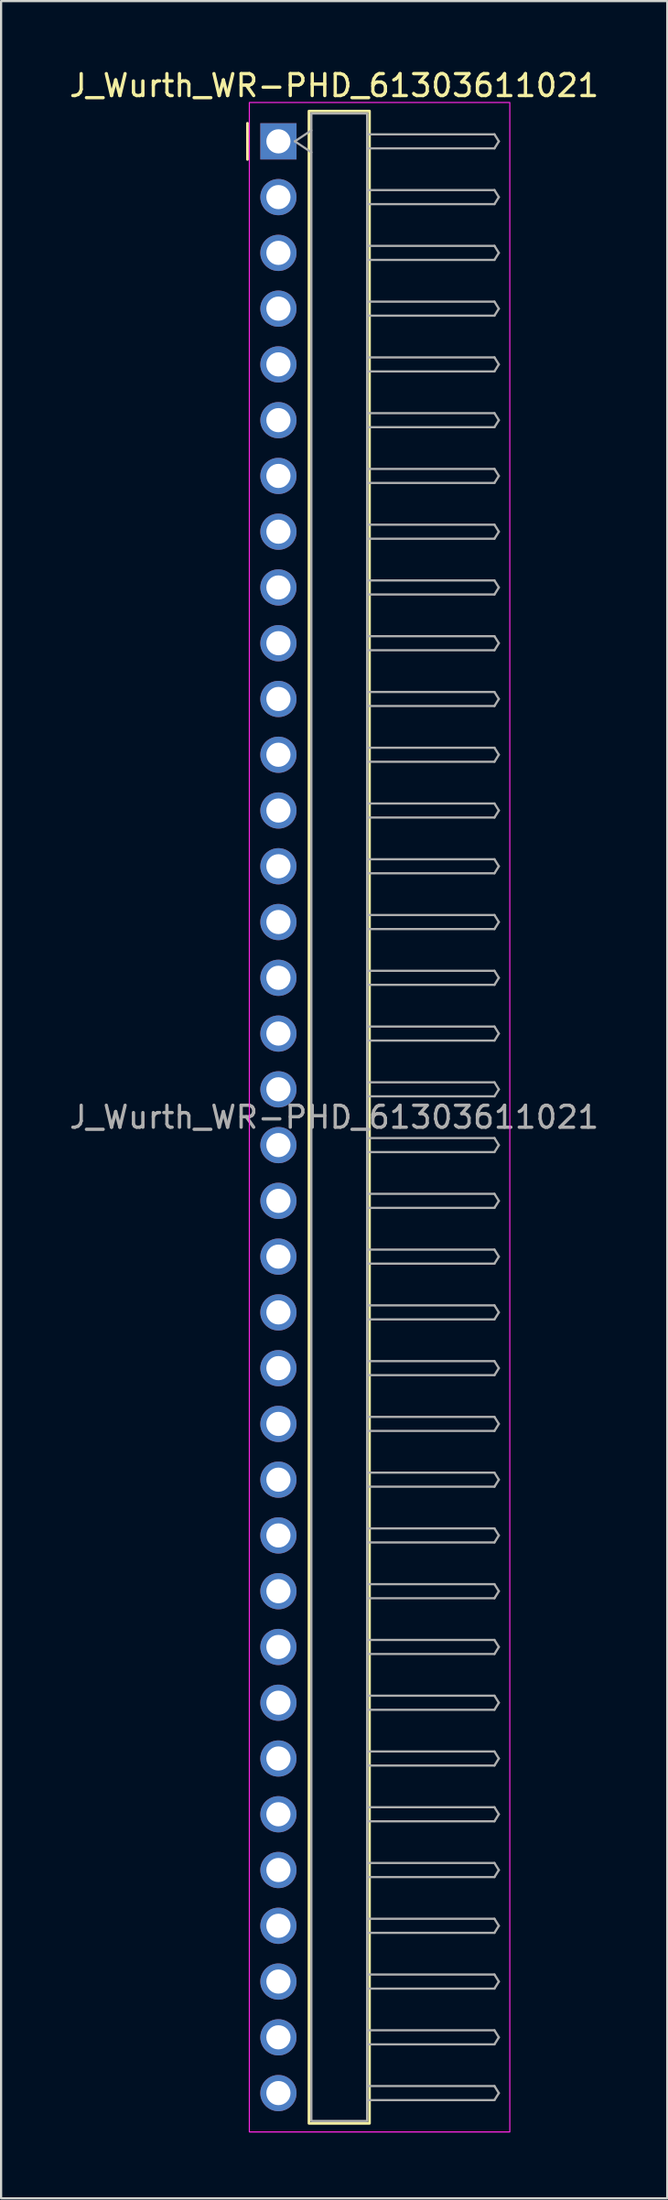
<source format=kicad_pcb>
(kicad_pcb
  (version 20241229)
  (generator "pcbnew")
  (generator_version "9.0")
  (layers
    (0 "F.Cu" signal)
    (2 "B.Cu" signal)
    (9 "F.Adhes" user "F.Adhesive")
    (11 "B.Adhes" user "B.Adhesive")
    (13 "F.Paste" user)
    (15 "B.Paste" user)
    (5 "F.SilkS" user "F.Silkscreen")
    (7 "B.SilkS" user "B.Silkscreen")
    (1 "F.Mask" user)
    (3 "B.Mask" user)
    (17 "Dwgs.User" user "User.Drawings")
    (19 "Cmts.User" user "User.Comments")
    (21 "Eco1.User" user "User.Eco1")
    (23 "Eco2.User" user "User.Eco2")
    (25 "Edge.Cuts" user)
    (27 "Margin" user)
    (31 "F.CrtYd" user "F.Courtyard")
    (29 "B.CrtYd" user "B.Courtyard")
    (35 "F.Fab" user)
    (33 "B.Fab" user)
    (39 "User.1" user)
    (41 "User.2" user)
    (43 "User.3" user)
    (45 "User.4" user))
  (footprint "J_Wurth_WR-PHD_61303611021"
    (layer "F.Cu")
    (at 9.633 3.388)
    (property "Reference" "J_Wurth_WR-PHD_61303611021" (at 2.54 -2.54 0) (unlocked yes) (layer "F.SilkS") (effects (font (size 1 1) (thickness 0.15))))
    (attr through_hole)
    (fp_line (start -1.41 -0.825) (end -1.41 0.825) (stroke (width 0.12) (type solid)) (layer "F.SilkS"))
    (fp_rect (start 1.39 -1.38) (end 4.15 90.28) (stroke (width 0.12) (type solid)) (fill no) (layer "F.SilkS"))
    (fp_rect (start -1.325 -1.77) (end 10.54 90.67) (stroke (width 0.05) (type solid)) (fill no) (layer "F.CrtYd"))
    (fp_line (start 0.75 0) (end 1.5 0.5) (stroke (width 0.1) (type solid)) (layer "F.Fab"))
    (fp_line (start 0.75 0) (end 1.5 -0.5) (stroke (width 0.1) (type solid)) (layer "F.Fab"))
    (fp_line (start 4.04 0.32) (end 9.84 0.32) (stroke (width 0.1) (type solid)) (layer "F.Fab"))
    (fp_line (start 4.04 2.86) (end 9.84 2.86) (stroke (width 0.1) (type solid)) (layer "F.Fab"))
    (fp_line (start 4.04 5.4) (end 9.84 5.4) (stroke (width 0.1) (type solid)) (layer "F.Fab"))
    (fp_line (start 4.04 7.94) (end 9.84 7.94) (stroke (width 0.1) (type solid)) (layer "F.Fab"))
    (fp_line (start 4.04 10.48) (end 9.84 10.48) (stroke (width 0.1) (type solid)) (layer "F.Fab"))
    (fp_line (start 4.04 13.02) (end 9.84 13.02) (stroke (width 0.1) (type solid)) (layer "F.Fab"))
    (fp_line (start 4.04 15.56) (end 9.84 15.56) (stroke (width 0.1) (type solid)) (layer "F.Fab"))
    (fp_line (start 4.04 18.1) (end 9.84 18.1) (stroke (width 0.1) (type solid)) (layer "F.Fab"))
    (fp_line (start 4.04 20.64) (end 9.84 20.64) (stroke (width 0.1) (type solid)) (layer "F.Fab"))
    (fp_line (start 4.04 23.18) (end 9.84 23.18) (stroke (width 0.1) (type solid)) (layer "F.Fab"))
    (fp_line (start 4.04 25.72) (end 9.84 25.72) (stroke (width 0.1) (type solid)) (layer "F.Fab"))
    (fp_line (start 4.04 28.26) (end 9.84 28.26) (stroke (width 0.1) (type solid)) (layer "F.Fab"))
    (fp_line (start 4.04 30.8) (end 9.84 30.8) (stroke (width 0.1) (type solid)) (layer "F.Fab"))
    (fp_line (start 4.04 33.34) (end 9.84 33.34) (stroke (width 0.1) (type solid)) (layer "F.Fab"))
    (fp_line (start 4.04 35.88) (end 9.84 35.88) (stroke (width 0.1) (type solid)) (layer "F.Fab"))
    (fp_line (start 4.04 38.42) (end 9.84 38.42) (stroke (width 0.1) (type solid)) (layer "F.Fab"))
    (fp_line (start 4.04 40.96) (end 9.84 40.96) (stroke (width 0.1) (type solid)) (layer "F.Fab"))
    (fp_line (start 4.04 43.5) (end 9.84 43.5) (stroke (width 0.1) (type solid)) (layer "F.Fab"))
    (fp_line (start 4.04 46.04) (end 9.84 46.04) (stroke (width 0.1) (type solid)) (layer "F.Fab"))
    (fp_line (start 4.04 48.58) (end 9.84 48.58) (stroke (width 0.1) (type solid)) (layer "F.Fab"))
    (fp_line (start 4.04 51.12) (end 9.84 51.12) (stroke (width 0.1) (type solid)) (layer "F.Fab"))
    (fp_line (start 4.04 53.66) (end 9.84 53.66) (stroke (width 0.1) (type solid)) (layer "F.Fab"))
    (fp_line (start 4.04 56.2) (end 9.84 56.2) (stroke (width 0.1) (type solid)) (layer "F.Fab"))
    (fp_line (start 4.04 58.74) (end 9.84 58.74) (stroke (width 0.1) (type solid)) (layer "F.Fab"))
    (fp_line (start 4.04 61.28) (end 9.84 61.28) (stroke (width 0.1) (type solid)) (layer "F.Fab"))
    (fp_line (start 4.04 63.82) (end 9.84 63.82) (stroke (width 0.1) (type solid)) (layer "F.Fab"))
    (fp_line (start 4.04 66.36) (end 9.84 66.36) (stroke (width 0.1) (type solid)) (layer "F.Fab"))
    (fp_line (start 4.04 68.9) (end 9.84 68.9) (stroke (width 0.1) (type solid)) (layer "F.Fab"))
    (fp_line (start 4.04 71.44) (end 9.84 71.44) (stroke (width 0.1) (type solid)) (layer "F.Fab"))
    (fp_line (start 4.04 73.98) (end 9.84 73.98) (stroke (width 0.1) (type solid)) (layer "F.Fab"))
    (fp_line (start 4.04 76.52) (end 9.84 76.52) (stroke (width 0.1) (type solid)) (layer "F.Fab"))
    (fp_line (start 4.04 79.06) (end 9.84 79.06) (stroke (width 0.1) (type solid)) (layer "F.Fab"))
    (fp_line (start 4.04 81.6) (end 9.84 81.6) (stroke (width 0.1) (type solid)) (layer "F.Fab"))
    (fp_line (start 4.04 84.14) (end 9.84 84.14) (stroke (width 0.1) (type solid)) (layer "F.Fab"))
    (fp_line (start 4.04 86.68) (end 9.84 86.68) (stroke (width 0.1) (type solid)) (layer "F.Fab"))
    (fp_line (start 4.04 89.22) (end 9.84 89.22) (stroke (width 0.1) (type solid)) (layer "F.Fab"))
    (fp_line (start 9.84 -0.32) (end 4.04 -0.32) (stroke (width 0.1) (type solid)) (layer "F.Fab"))
    (fp_line (start 9.84 0.32) (end 10.04 0) (stroke (width 0.1) (type default)) (layer "F.Fab"))
    (fp_line (start 9.84 2.22) (end 4.04 2.22) (stroke (width 0.1) (type solid)) (layer "F.Fab"))
    (fp_line (start 9.84 2.86) (end 10.04 2.54) (stroke (width 0.1) (type default)) (layer "F.Fab"))
    (fp_line (start 9.84 4.76) (end 4.04 4.76) (stroke (width 0.1) (type solid)) (layer "F.Fab"))
    (fp_line (start 9.84 5.4) (end 10.04 5.08) (stroke (width 0.1) (type default)) (layer "F.Fab"))
    (fp_line (start 9.84 7.3) (end 4.04 7.3) (stroke (width 0.1) (type solid)) (layer "F.Fab"))
    (fp_line (start 9.84 7.94) (end 10.04 7.62) (stroke (width 0.1) (type default)) (layer "F.Fab"))
    (fp_line (start 9.84 9.84) (end 4.04 9.84) (stroke (width 0.1) (type solid)) (layer "F.Fab"))
    (fp_line (start 9.84 10.48) (end 10.04 10.16) (stroke (width 0.1) (type solid)) (layer "F.Fab"))
    (fp_line (start 9.84 12.38) (end 4.04 12.38) (stroke (width 0.1) (type solid)) (layer "F.Fab"))
    (fp_line (start 9.84 13.02) (end 10.04 12.7) (stroke (width 0.1) (type solid)) (layer "F.Fab"))
    (fp_line (start 9.84 14.92) (end 4.04 14.92) (stroke (width 0.1) (type solid)) (layer "F.Fab"))
    (fp_line (start 9.84 15.56) (end 10.04 15.24) (stroke (width 0.1) (type solid)) (layer "F.Fab"))
    (fp_line (start 9.84 17.46) (end 4.04 17.46) (stroke (width 0.1) (type solid)) (layer "F.Fab"))
    (fp_line (start 9.84 20) (end 4.04 20) (stroke (width 0.1) (type solid)) (layer "F.Fab"))
    (fp_line (start 9.84 22.54) (end 4.04 22.54) (stroke (width 0.1) (type solid)) (layer "F.Fab"))
    (fp_line (start 9.84 25.08) (end 4.04 25.08) (stroke (width 0.1) (type solid)) (layer "F.Fab"))
    (fp_line (start 9.84 27.62) (end 4.04 27.62) (stroke (width 0.1) (type solid)) (layer "F.Fab"))
    (fp_line (start 9.84 30.16) (end 4.04 30.16) (stroke (width 0.1) (type solid)) (layer "F.Fab"))
    (fp_line (start 9.84 32.7) (end 4.04 32.7) (stroke (width 0.1) (type solid)) (layer "F.Fab"))
    (fp_line (start 9.84 35.24) (end 4.04 35.24) (stroke (width 0.1) (type solid)) (layer "F.Fab"))
    (fp_line (start 9.84 37.78) (end 4.04 37.78) (stroke (width 0.1) (type solid)) (layer "F.Fab"))
    (fp_line (start 9.84 40.32) (end 4.04 40.32) (stroke (width 0.1) (type solid)) (layer "F.Fab"))
    (fp_line (start 9.84 42.86) (end 4.04 42.86) (stroke (width 0.1) (type solid)) (layer "F.Fab"))
    (fp_line (start 9.84 45.4) (end 4.04 45.4) (stroke (width 0.1) (type solid)) (layer "F.Fab"))
    (fp_line (start 9.84 47.94) (end 4.04 47.94) (stroke (width 0.1) (type solid)) (layer "F.Fab"))
    (fp_line (start 9.84 48.58) (end 10.04 48.26) (stroke (width 0.1) (type solid)) (layer "F.Fab"))
    (fp_line (start 9.84 50.48) (end 4.04 50.48) (stroke (width 0.1) (type solid)) (layer "F.Fab"))
    (fp_line (start 9.84 51.12) (end 10.04 50.8) (stroke (width 0.1) (type solid)) (layer "F.Fab"))
    (fp_line (start 9.84 53.02) (end 4.04 53.02) (stroke (width 0.1) (type solid)) (layer "F.Fab"))
    (fp_line (start 9.84 53.66) (end 10.04 53.34) (stroke (width 0.1) (type solid)) (layer "F.Fab"))
    (fp_line (start 9.84 55.56) (end 4.04 55.56) (stroke (width 0.1) (type solid)) (layer "F.Fab"))
    (fp_line (start 9.84 56.2) (end 10.04 55.88) (stroke (width 0.1) (type solid)) (layer "F.Fab"))
    (fp_line (start 9.84 58.1) (end 4.04 58.1) (stroke (width 0.1) (type solid)) (layer "F.Fab"))
    (fp_line (start 9.84 58.74) (end 10.04 58.42) (stroke (width 0.1) (type solid)) (layer "F.Fab"))
    (fp_line (start 9.84 60.64) (end 4.04 60.64) (stroke (width 0.1) (type solid)) (layer "F.Fab"))
    (fp_line (start 9.84 61.28) (end 10.04 60.96) (stroke (width 0.1) (type solid)) (layer "F.Fab"))
    (fp_line (start 9.84 63.18) (end 4.04 63.18) (stroke (width 0.1) (type solid)) (layer "F.Fab"))
    (fp_line (start 9.84 63.82) (end 10.04 63.5) (stroke (width 0.1) (type solid)) (layer "F.Fab"))
    (fp_line (start 9.84 65.72) (end 4.04 65.72) (stroke (width 0.1) (type solid)) (layer "F.Fab"))
    (fp_line (start 9.84 66.36) (end 10.04 66.04) (stroke (width 0.1) (type solid)) (layer "F.Fab"))
    (fp_line (start 9.84 68.26) (end 4.04 68.26) (stroke (width 0.1) (type solid)) (layer "F.Fab"))
    (fp_line (start 9.84 68.9) (end 10.04 68.58) (stroke (width 0.1) (type solid)) (layer "F.Fab"))
    (fp_line (start 9.84 70.8) (end 4.04 70.8) (stroke (width 0.1) (type solid)) (layer "F.Fab"))
    (fp_line (start 9.84 71.44) (end 10.04 71.12) (stroke (width 0.1) (type solid)) (layer "F.Fab"))
    (fp_line (start 9.84 73.34) (end 4.04 73.34) (stroke (width 0.1) (type solid)) (layer "F.Fab"))
    (fp_line (start 9.84 73.98) (end 10.04 73.66) (stroke (width 0.1) (type solid)) (layer "F.Fab"))
    (fp_line (start 9.84 75.88) (end 4.04 75.88) (stroke (width 0.1) (type solid)) (layer "F.Fab"))
    (fp_line (start 9.84 76.52) (end 10.04 76.2) (stroke (width 0.1) (type solid)) (layer "F.Fab"))
    (fp_line (start 9.84 78.42) (end 4.04 78.42) (stroke (width 0.1) (type solid)) (layer "F.Fab"))
    (fp_line (start 9.84 79.06) (end 10.04 78.74) (stroke (width 0.1) (type solid)) (layer "F.Fab"))
    (fp_line (start 9.84 80.96) (end 4.04 80.96) (stroke (width 0.1) (type solid)) (layer "F.Fab"))
    (fp_line (start 9.84 81.6) (end 10.04 81.28) (stroke (width 0.1) (type solid)) (layer "F.Fab"))
    (fp_line (start 9.84 83.5) (end 4.04 83.5) (stroke (width 0.1) (type solid)) (layer "F.Fab"))
    (fp_line (start 9.84 84.14) (end 10.04 83.82) (stroke (width 0.1) (type solid)) (layer "F.Fab"))
    (fp_line (start 9.84 86.04) (end 4.04 86.04) (stroke (width 0.1) (type solid)) (layer "F.Fab"))
    (fp_line (start 9.84 86.68) (end 10.04 86.36) (stroke (width 0.1) (type solid)) (layer "F.Fab"))
    (fp_line (start 9.84 88.58) (end 4.04 88.58) (stroke (width 0.1) (type solid)) (layer "F.Fab"))
    (fp_line (start 9.84 89.22) (end 10.04 88.9) (stroke (width 0.1) (type solid)) (layer "F.Fab"))
    (fp_line (start 10.04 0) (end 9.84 -0.32) (stroke (width 0.1) (type solid)) (layer "F.Fab"))
    (fp_line (start 10.04 2.54) (end 9.84 2.22) (stroke (width 0.1) (type solid)) (layer "F.Fab"))
    (fp_line (start 10.04 5.08) (end 9.84 4.76) (stroke (width 0.1) (type solid)) (layer "F.Fab"))
    (fp_line (start 10.04 7.62) (end 9.84 7.3) (stroke (width 0.1) (type solid)) (layer "F.Fab"))
    (fp_line (start 10.04 10.16) (end 9.84 9.84) (stroke (width 0.1) (type solid)) (layer "F.Fab"))
    (fp_line (start 10.04 12.7) (end 9.84 12.38) (stroke (width 0.1) (type solid)) (layer "F.Fab"))
    (fp_line (start 10.04 15.24) (end 9.84 14.92) (stroke (width 0.1) (type solid)) (layer "F.Fab"))
    (fp_line (start 10.04 17.78) (end 9.84 17.46) (stroke (width 0.1) (type solid)) (layer "F.Fab"))
    (fp_line (start 10.04 17.78) (end 9.84 18.1) (stroke (width 0.1) (type solid)) (layer "F.Fab"))
    (fp_line (start 10.04 20.32) (end 9.84 20) (stroke (width 0.1) (type solid)) (layer "F.Fab"))
    (fp_line (start 10.04 20.32) (end 9.84 20.64) (stroke (width 0.1) (type solid)) (layer "F.Fab"))
    (fp_line (start 10.04 22.86) (end 9.84 22.54) (stroke (width 0.1) (type solid)) (layer "F.Fab"))
    (fp_line (start 10.04 22.86) (end 9.84 23.18) (stroke (width 0.1) (type solid)) (layer "F.Fab"))
    (fp_line (start 10.04 25.4) (end 9.84 25.08) (stroke (width 0.1) (type solid)) (layer "F.Fab"))
    (fp_line (start 10.04 25.4) (end 9.84 25.72) (stroke (width 0.1) (type solid)) (layer "F.Fab"))
    (fp_line (start 10.04 27.94) (end 9.84 27.62) (stroke (width 0.1) (type solid)) (layer "F.Fab"))
    (fp_line (start 10.04 27.94) (end 9.84 28.26) (stroke (width 0.1) (type solid)) (layer "F.Fab"))
    (fp_line (start 10.04 30.48) (end 9.84 30.16) (stroke (width 0.1) (type solid)) (layer "F.Fab"))
    (fp_line (start 10.04 30.48) (end 9.84 30.8) (stroke (width 0.1) (type solid)) (layer "F.Fab"))
    (fp_line (start 10.04 33.02) (end 9.84 32.7) (stroke (width 0.1) (type solid)) (layer "F.Fab"))
    (fp_line (start 10.04 33.02) (end 9.84 33.34) (stroke (width 0.1) (type solid)) (layer "F.Fab"))
    (fp_line (start 10.04 35.56) (end 9.84 35.24) (stroke (width 0.1) (type solid)) (layer "F.Fab"))
    (fp_line (start 10.04 35.56) (end 9.84 35.88) (stroke (width 0.1) (type solid)) (layer "F.Fab"))
    (fp_line (start 10.04 38.1) (end 9.84 37.78) (stroke (width 0.1) (type solid)) (layer "F.Fab"))
    (fp_line (start 10.04 38.1) (end 9.84 38.42) (stroke (width 0.1) (type solid)) (layer "F.Fab"))
    (fp_line (start 10.04 40.64) (end 9.84 40.32) (stroke (width 0.1) (type solid)) (layer "F.Fab"))
    (fp_line (start 10.04 40.64) (end 9.84 40.96) (stroke (width 0.1) (type solid)) (layer "F.Fab"))
    (fp_line (start 10.04 43.18) (end 9.84 42.86) (stroke (width 0.1) (type solid)) (layer "F.Fab"))
    (fp_line (start 10.04 43.18) (end 9.84 43.5) (stroke (width 0.1) (type solid)) (layer "F.Fab"))
    (fp_line (start 10.04 45.72) (end 9.84 45.4) (stroke (width 0.1) (type solid)) (layer "F.Fab"))
    (fp_line (start 10.04 45.72) (end 9.84 46.04) (stroke (width 0.1) (type solid)) (layer "F.Fab"))
    (fp_line (start 10.04 48.26) (end 9.84 47.94) (stroke (width 0.1) (type solid)) (layer "F.Fab"))
    (fp_line (start 10.04 50.8) (end 9.84 50.48) (stroke (width 0.1) (type solid)) (layer "F.Fab"))
    (fp_line (start 10.04 53.34) (end 9.84 53.02) (stroke (width 0.1) (type solid)) (layer "F.Fab"))
    (fp_line (start 10.04 55.88) (end 9.84 55.56) (stroke (width 0.1) (type solid)) (layer "F.Fab"))
    (fp_line (start 10.04 58.42) (end 9.84 58.1) (stroke (width 0.1) (type solid)) (layer "F.Fab"))
    (fp_line (start 10.04 60.96) (end 9.84 60.64) (stroke (width 0.1) (type solid)) (layer "F.Fab"))
    (fp_line (start 10.04 63.5) (end 9.84 63.18) (stroke (width 0.1) (type solid)) (layer "F.Fab"))
    (fp_line (start 10.04 66.04) (end 9.84 65.72) (stroke (width 0.1) (type solid)) (layer "F.Fab"))
    (fp_line (start 10.04 68.58) (end 9.84 68.26) (stroke (width 0.1) (type solid)) (layer "F.Fab"))
    (fp_line (start 10.04 71.12) (end 9.84 70.8) (stroke (width 0.1) (type solid)) (layer "F.Fab"))
    (fp_line (start 10.04 73.66) (end 9.84 73.34) (stroke (width 0.1) (type solid)) (layer "F.Fab"))
    (fp_line (start 10.04 76.2) (end 9.84 75.88) (stroke (width 0.1) (type solid)) (layer "F.Fab"))
    (fp_line (start 10.04 78.74) (end 9.84 78.42) (stroke (width 0.1) (type solid)) (layer "F.Fab"))
    (fp_line (start 10.04 81.28) (end 9.84 80.96) (stroke (width 0.1) (type solid)) (layer "F.Fab"))
    (fp_line (start 10.04 83.82) (end 9.84 83.5) (stroke (width 0.1) (type solid)) (layer "F.Fab"))
    (fp_line (start 10.04 86.36) (end 9.84 86.04) (stroke (width 0.1) (type solid)) (layer "F.Fab"))
    (fp_line (start 10.04 88.9) (end 9.84 88.58) (stroke (width 0.1) (type solid)) (layer "F.Fab"))
    (fp_rect (start 1.5 -1.27) (end 4.04 90.17) (stroke (width 0.1) (type solid)) (fill no) (layer "F.Fab"))
    (fp_text user "${REFERENCE}" (at 2.54 44.45 0) (unlocked yes) (layer "F.Fab") (effects (font (size 1 1) (thickness 0.15))))
    (pad "1" thru_hole rect (at 0 0 90) (size 1.65 1.65) (drill 1.1) (layers "*.Cu" "*.Mask"))
    (pad "2" thru_hole circle (at 0 2.54 90) (size 1.65 1.65) (drill 1.1) (layers "*.Cu" "*.Mask"))
    (pad "3" thru_hole circle (at 0 5.08 90) (size 1.65 1.65) (drill 1.1) (layers "*.Cu" "*.Mask"))
    (pad "4" thru_hole circle (at 0 7.62 90) (size 1.65 1.65) (drill 1.1) (layers "*.Cu" "*.Mask"))
    (pad "5" thru_hole circle (at 0 10.16 90) (size 1.65 1.65) (drill 1.1) (layers "*.Cu" "*.Mask"))
    (pad "6" thru_hole circle (at 0 12.7 90) (size 1.65 1.65) (drill 1.1) (layers "*.Cu" "*.Mask"))
    (pad "7" thru_hole circle (at 0 15.24 90) (size 1.65 1.65) (drill 1.1) (layers "*.Cu" "*.Mask"))
    (pad "8" thru_hole circle (at 0 17.78 90) (size 1.65 1.65) (drill 1.1) (layers "*.Cu" "*.Mask"))
    (pad "9" thru_hole circle (at 0 20.32 90) (size 1.65 1.65) (drill 1.1) (layers "*.Cu" "*.Mask"))
    (pad "10" thru_hole circle (at 0 22.86 90) (size 1.65 1.65) (drill 1.1) (layers "*.Cu" "*.Mask"))
    (pad "11" thru_hole circle (at 0 25.4 90) (size 1.65 1.65) (drill 1.1) (layers "*.Cu" "*.Mask"))
    (pad "12" thru_hole circle (at 0 27.94 90) (size 1.65 1.65) (drill 1.1) (layers "*.Cu" "*.Mask"))
    (pad "13" thru_hole circle (at 0 30.48 90) (size 1.65 1.65) (drill 1.1) (layers "*.Cu" "*.Mask"))
    (pad "14" thru_hole circle (at 0 33.02 90) (size 1.65 1.65) (drill 1.1) (layers "*.Cu" "*.Mask"))
    (pad "15" thru_hole circle (at 0 35.56 90) (size 1.65 1.65) (drill 1.1) (layers "*.Cu" "*.Mask"))
    (pad "16" thru_hole circle (at 0 38.1 90) (size 1.65 1.65) (drill 1.1) (layers "*.Cu" "*.Mask"))
    (pad "17" thru_hole circle (at 0 40.64 90) (size 1.65 1.65) (drill 1.1) (layers "*.Cu" "*.Mask"))
    (pad "18" thru_hole circle (at 0 43.18 90) (size 1.65 1.65) (drill 1.1) (layers "*.Cu" "*.Mask"))
    (pad "19" thru_hole circle (at 0 45.72 90) (size 1.65 1.65) (drill 1.1) (layers "*.Cu" "*.Mask"))
    (pad "20" thru_hole circle (at 0 48.26 90) (size 1.65 1.65) (drill 1.1) (layers "*.Cu" "*.Mask"))
    (pad "21" thru_hole circle (at 0 50.8 90) (size 1.65 1.65) (drill 1.1) (layers "*.Cu" "*.Mask"))
    (pad "22" thru_hole circle (at 0 53.34 90) (size 1.65 1.65) (drill 1.1) (layers "*.Cu" "*.Mask"))
    (pad "23" thru_hole circle (at 0 55.88 90) (size 1.65 1.65) (drill 1.1) (layers "*.Cu" "*.Mask"))
    (pad "24" thru_hole circle (at 0 58.42 90) (size 1.65 1.65) (drill 1.1) (layers "*.Cu" "*.Mask"))
    (pad "25" thru_hole circle (at 0 60.96 90) (size 1.65 1.65) (drill 1.1) (layers "*.Cu" "*.Mask"))
    (pad "26" thru_hole circle (at 0 63.5 90) (size 1.65 1.65) (drill 1.1) (layers "*.Cu" "*.Mask"))
    (pad "27" thru_hole circle (at 0 66.04 90) (size 1.65 1.65) (drill 1.1) (layers "*.Cu" "*.Mask"))
    (pad "28" thru_hole circle (at 0 68.58 90) (size 1.65 1.65) (drill 1.1) (layers "*.Cu" "*.Mask"))
    (pad "29" thru_hole circle (at 0 71.12 90) (size 1.65 1.65) (drill 1.1) (layers "*.Cu" "*.Mask"))
    (pad "30" thru_hole circle (at 0 73.66 90) (size 1.65 1.65) (drill 1.1) (layers "*.Cu" "*.Mask"))
    (pad "31" thru_hole circle (at 0 76.2 90) (size 1.65 1.65) (drill 1.1) (layers "*.Cu" "*.Mask"))
    (pad "32" thru_hole circle (at 0 78.74 90) (size 1.65 1.65) (drill 1.1) (layers "*.Cu" "*.Mask"))
    (pad "33" thru_hole circle (at 0 81.28 90) (size 1.65 1.65) (drill 1.1) (layers "*.Cu" "*.Mask"))
    (pad "34" thru_hole circle (at 0 83.82 90) (size 1.65 1.65) (drill 1.1) (layers "*.Cu" "*.Mask"))
    (pad "35" thru_hole circle (at 0 86.36 90) (size 1.65 1.65) (drill 1.1) (layers "*.Cu" "*.Mask"))
    (pad "36" thru_hole circle (at 0 88.9 90) (size 1.65 1.65) (drill 1.1) (layers "*.Cu" "*.Mask")))
  (gr_rect
    (start -3 -3)
    (end 27.345 97.083)
    (stroke (width 0.1) (type default))
    (fill no)
    (layer "Edge.Cuts")))
</source>
